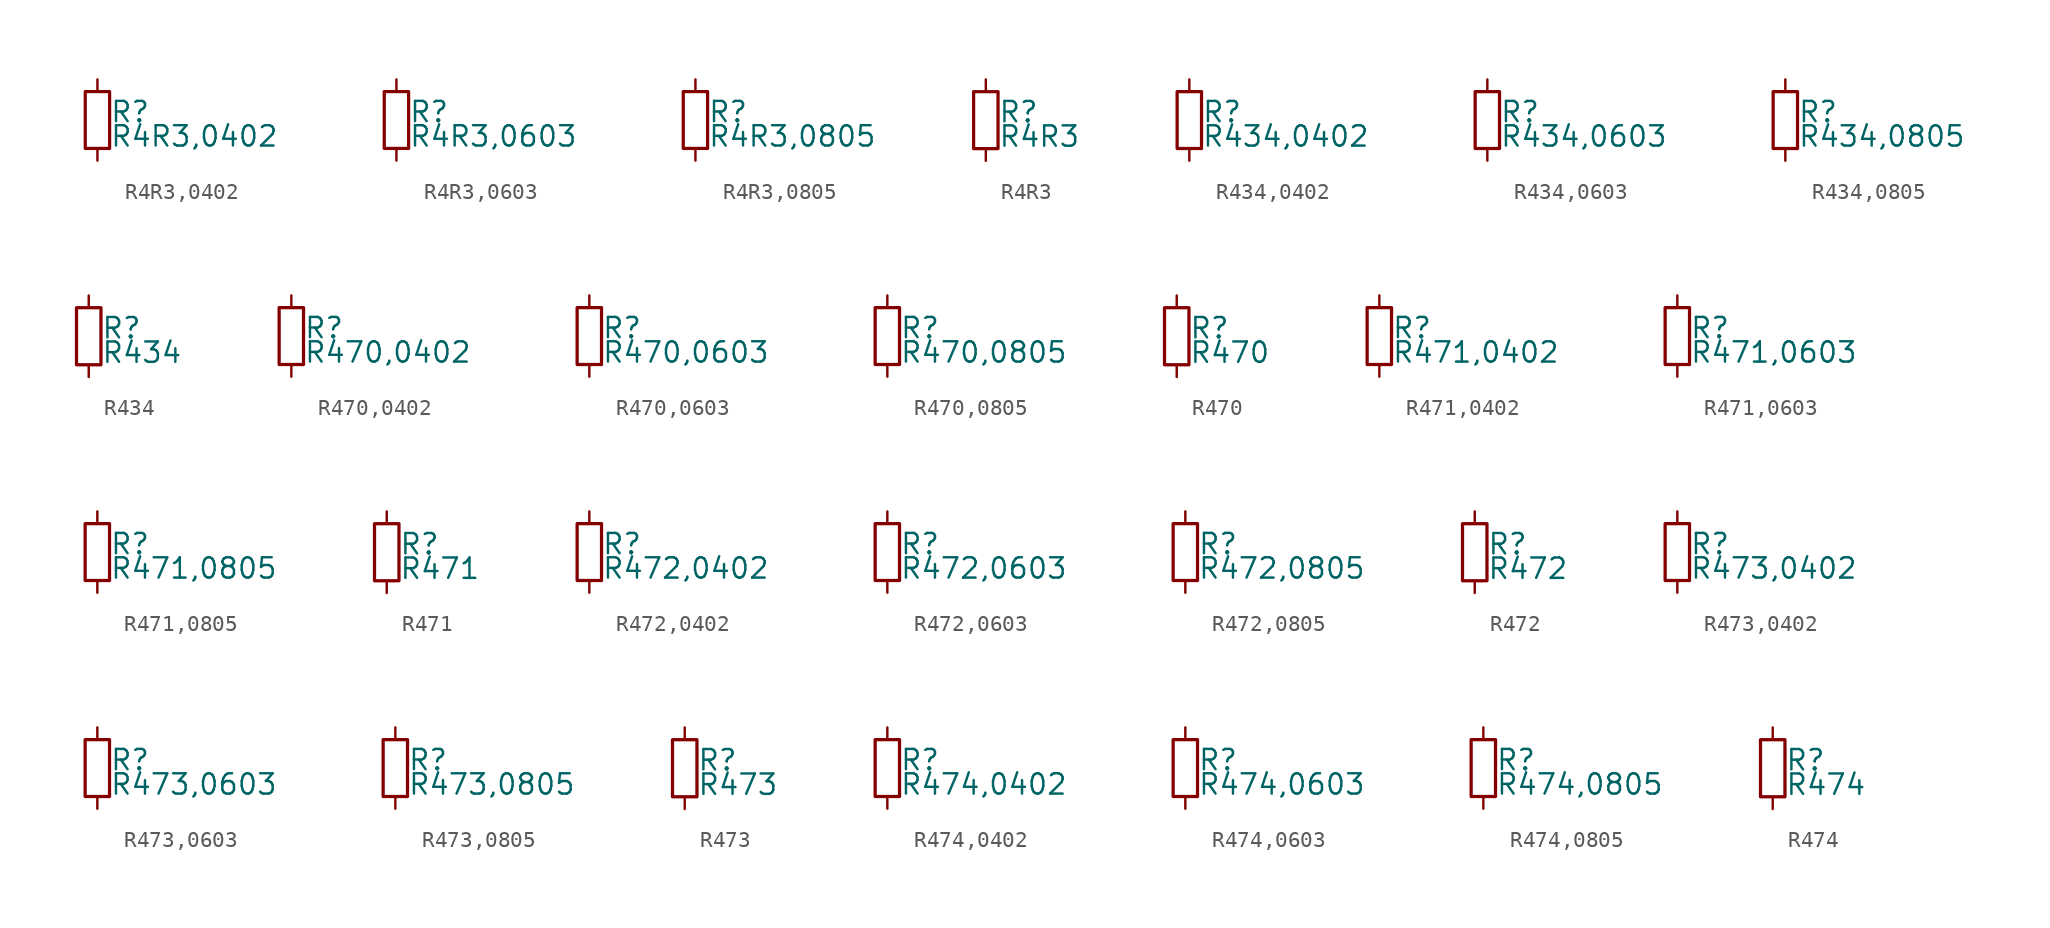
<source format=kicad_sym>
(kicad_symbol_lib
  (version 20211014)
  (generator kicad_symbol_editor)
  (symbol "R4R3,0402"
    (pin_numbers hide)
    (pin_names
      (offset 0.254) hide)
    (property "Reference" "R"
      (at 0.762 0.508 0)
      (effects (font (size 1.27 1.27)) (justify left)))
    (property "Value" "R4R3,0402"
      (at 0.762 -1.016 0)
      (effects (font (size 1.27 1.27)) (justify left)))
    (symbol "R4R3,0402_0_1"
      (rectangle (start -0.762 1.778) (end 0.762 -1.778) (stroke (width 0.203) (type default) (color 0 0 0 0)) (fill (type none))))
    (symbol "R4R3,0402_1_1"
      (pin passive line (at 0 2.54 270) (length 0.762) (name "~" (effects (font (size 1.27 1.27)))) (number "1" (effects (font (size 1.27 1.27)))))
      (pin passive line (at 0 -2.54 90) (length 0.762) (name "~" (effects (font (size 1.27 1.27)))) (number "2" (effects (font (size 1.27 1.27)))))))
  (symbol "R4R3,0603"
    (pin_numbers hide)
    (pin_names
      (offset 0.254) hide)
    (property "Reference" "R"
      (at 0.762 0.508 0)
      (effects (font (size 1.27 1.27)) (justify left)))
    (property "Value" "R4R3,0603"
      (at 0.762 -1.016 0)
      (effects (font (size 1.27 1.27)) (justify left)))
    (symbol "R4R3,0603_0_1"
      (rectangle (start -0.762 1.778) (end 0.762 -1.778) (stroke (width 0.203) (type default) (color 0 0 0 0)) (fill (type none))))
    (symbol "R4R3,0603_1_1"
      (pin passive line (at 0 2.54 270) (length 0.762) (name "~" (effects (font (size 1.27 1.27)))) (number "1" (effects (font (size 1.27 1.27)))))
      (pin passive line (at 0 -2.54 90) (length 0.762) (name "~" (effects (font (size 1.27 1.27)))) (number "2" (effects (font (size 1.27 1.27)))))))
  (symbol "R4R3,0805"
    (pin_numbers hide)
    (pin_names
      (offset 0.254) hide)
    (property "Reference" "R"
      (at 0.762 0.508 0)
      (effects (font (size 1.27 1.27)) (justify left)))
    (property "Value" "R4R3,0805"
      (at 0.762 -1.016 0)
      (effects (font (size 1.27 1.27)) (justify left)))
    (symbol "R4R3,0805_0_1"
      (rectangle (start -0.762 1.778) (end 0.762 -1.778) (stroke (width 0.203) (type default) (color 0 0 0 0)) (fill (type none))))
    (symbol "R4R3,0805_1_1"
      (pin passive line (at 0 2.54 270) (length 0.762) (name "~" (effects (font (size 1.27 1.27)))) (number "1" (effects (font (size 1.27 1.27)))))
      (pin passive line (at 0 -2.54 90) (length 0.762) (name "~" (effects (font (size 1.27 1.27)))) (number "2" (effects (font (size 1.27 1.27)))))))
  (symbol "R4R3"
    (pin_numbers hide)
    (pin_names
      (offset 0.254) hide)
    (property "Reference" "R"
      (at 0.762 0.508 0)
      (effects (font (size 1.27 1.27)) (justify left)))
    (property "Value" "R4R3"
      (at 0.762 -1.016 0)
      (effects (font (size 1.27 1.27)) (justify left)))
    (symbol "R4R3_0_1"
      (rectangle (start -0.762 1.778) (end 0.762 -1.778) (stroke (width 0.203) (type default) (color 0 0 0 0)) (fill (type none))))
    (symbol "R4R3_1_1"
      (pin passive line (at 0 2.54 270) (length 0.762) (name "~" (effects (font (size 1.27 1.27)))) (number "1" (effects (font (size 1.27 1.27)))))
      (pin passive line (at 0 -2.54 90) (length 0.762) (name "~" (effects (font (size 1.27 1.27)))) (number "2" (effects (font (size 1.27 1.27)))))))
  (symbol "R434,0402"
    (pin_numbers hide)
    (pin_names
      (offset 0.254) hide)
    (property "Reference" "R"
      (at 0.762 0.508 0)
      (effects (font (size 1.27 1.27)) (justify left)))
    (property "Value" "R434,0402"
      (at 0.762 -1.016 0)
      (effects (font (size 1.27 1.27)) (justify left)))
    (symbol "R434,0402_0_1"
      (rectangle (start -0.762 1.778) (end 0.762 -1.778) (stroke (width 0.203) (type default) (color 0 0 0 0)) (fill (type none))))
    (symbol "R434,0402_1_1"
      (pin passive line (at 0 2.54 270) (length 0.762) (name "~" (effects (font (size 1.27 1.27)))) (number "1" (effects (font (size 1.27 1.27)))))
      (pin passive line (at 0 -2.54 90) (length 0.762) (name "~" (effects (font (size 1.27 1.27)))) (number "2" (effects (font (size 1.27 1.27)))))))
  (symbol "R434,0603"
    (pin_numbers hide)
    (pin_names
      (offset 0.254) hide)
    (property "Reference" "R"
      (at 0.762 0.508 0)
      (effects (font (size 1.27 1.27)) (justify left)))
    (property "Value" "R434,0603"
      (at 0.762 -1.016 0)
      (effects (font (size 1.27 1.27)) (justify left)))
    (symbol "R434,0603_0_1"
      (rectangle (start -0.762 1.778) (end 0.762 -1.778) (stroke (width 0.203) (type default) (color 0 0 0 0)) (fill (type none))))
    (symbol "R434,0603_1_1"
      (pin passive line (at 0 2.54 270) (length 0.762) (name "~" (effects (font (size 1.27 1.27)))) (number "1" (effects (font (size 1.27 1.27)))))
      (pin passive line (at 0 -2.54 90) (length 0.762) (name "~" (effects (font (size 1.27 1.27)))) (number "2" (effects (font (size 1.27 1.27)))))))
  (symbol "R434,0805"
    (pin_numbers hide)
    (pin_names
      (offset 0.254) hide)
    (property "Reference" "R"
      (at 0.762 0.508 0)
      (effects (font (size 1.27 1.27)) (justify left)))
    (property "Value" "R434,0805"
      (at 0.762 -1.016 0)
      (effects (font (size 1.27 1.27)) (justify left)))
    (symbol "R434,0805_0_1"
      (rectangle (start -0.762 1.778) (end 0.762 -1.778) (stroke (width 0.203) (type default) (color 0 0 0 0)) (fill (type none))))
    (symbol "R434,0805_1_1"
      (pin passive line (at 0 2.54 270) (length 0.762) (name "~" (effects (font (size 1.27 1.27)))) (number "1" (effects (font (size 1.27 1.27)))))
      (pin passive line (at 0 -2.54 90) (length 0.762) (name "~" (effects (font (size 1.27 1.27)))) (number "2" (effects (font (size 1.27 1.27)))))))
  (symbol "R434"
    (pin_numbers hide)
    (pin_names
      (offset 0.254) hide)
    (property "Reference" "R"
      (at 0.762 0.508 0)
      (effects (font (size 1.27 1.27)) (justify left)))
    (property "Value" "R434"
      (at 0.762 -1.016 0)
      (effects (font (size 1.27 1.27)) (justify left)))
    (symbol "R434_0_1"
      (rectangle (start -0.762 1.778) (end 0.762 -1.778) (stroke (width 0.203) (type default) (color 0 0 0 0)) (fill (type none))))
    (symbol "R434_1_1"
      (pin passive line (at 0 2.54 270) (length 0.762) (name "~" (effects (font (size 1.27 1.27)))) (number "1" (effects (font (size 1.27 1.27)))))
      (pin passive line (at 0 -2.54 90) (length 0.762) (name "~" (effects (font (size 1.27 1.27)))) (number "2" (effects (font (size 1.27 1.27)))))))
  (symbol "R470,0402"
    (pin_numbers hide)
    (pin_names
      (offset 0.254) hide)
    (property "Reference" "R"
      (at 0.762 0.508 0)
      (effects (font (size 1.27 1.27)) (justify left)))
    (property "Value" "R470,0402"
      (at 0.762 -1.016 0)
      (effects (font (size 1.27 1.27)) (justify left)))
    (symbol "R470,0402_0_1"
      (rectangle (start -0.762 1.778) (end 0.762 -1.778) (stroke (width 0.203) (type default) (color 0 0 0 0)) (fill (type none))))
    (symbol "R470,0402_1_1"
      (pin passive line (at 0 2.54 270) (length 0.762) (name "~" (effects (font (size 1.27 1.27)))) (number "1" (effects (font (size 1.27 1.27)))))
      (pin passive line (at 0 -2.54 90) (length 0.762) (name "~" (effects (font (size 1.27 1.27)))) (number "2" (effects (font (size 1.27 1.27)))))))
  (symbol "R470,0603"
    (pin_numbers hide)
    (pin_names
      (offset 0.254) hide)
    (property "Reference" "R"
      (at 0.762 0.508 0)
      (effects (font (size 1.27 1.27)) (justify left)))
    (property "Value" "R470,0603"
      (at 0.762 -1.016 0)
      (effects (font (size 1.27 1.27)) (justify left)))
    (symbol "R470,0603_0_1"
      (rectangle (start -0.762 1.778) (end 0.762 -1.778) (stroke (width 0.203) (type default) (color 0 0 0 0)) (fill (type none))))
    (symbol "R470,0603_1_1"
      (pin passive line (at 0 2.54 270) (length 0.762) (name "~" (effects (font (size 1.27 1.27)))) (number "1" (effects (font (size 1.27 1.27)))))
      (pin passive line (at 0 -2.54 90) (length 0.762) (name "~" (effects (font (size 1.27 1.27)))) (number "2" (effects (font (size 1.27 1.27)))))))
  (symbol "R470,0805"
    (pin_numbers hide)
    (pin_names
      (offset 0.254) hide)
    (property "Reference" "R"
      (at 0.762 0.508 0)
      (effects (font (size 1.27 1.27)) (justify left)))
    (property "Value" "R470,0805"
      (at 0.762 -1.016 0)
      (effects (font (size 1.27 1.27)) (justify left)))
    (symbol "R470,0805_0_1"
      (rectangle (start -0.762 1.778) (end 0.762 -1.778) (stroke (width 0.203) (type default) (color 0 0 0 0)) (fill (type none))))
    (symbol "R470,0805_1_1"
      (pin passive line (at 0 2.54 270) (length 0.762) (name "~" (effects (font (size 1.27 1.27)))) (number "1" (effects (font (size 1.27 1.27)))))
      (pin passive line (at 0 -2.54 90) (length 0.762) (name "~" (effects (font (size 1.27 1.27)))) (number "2" (effects (font (size 1.27 1.27)))))))
  (symbol "R470"
    (pin_numbers hide)
    (pin_names
      (offset 0.254) hide)
    (property "Reference" "R"
      (at 0.762 0.508 0)
      (effects (font (size 1.27 1.27)) (justify left)))
    (property "Value" "R470"
      (at 0.762 -1.016 0)
      (effects (font (size 1.27 1.27)) (justify left)))
    (symbol "R470_0_1"
      (rectangle (start -0.762 1.778) (end 0.762 -1.778) (stroke (width 0.203) (type default) (color 0 0 0 0)) (fill (type none))))
    (symbol "R470_1_1"
      (pin passive line (at 0 2.54 270) (length 0.762) (name "~" (effects (font (size 1.27 1.27)))) (number "1" (effects (font (size 1.27 1.27)))))
      (pin passive line (at 0 -2.54 90) (length 0.762) (name "~" (effects (font (size 1.27 1.27)))) (number "2" (effects (font (size 1.27 1.27)))))))
  (symbol "R471,0402"
    (pin_numbers hide)
    (pin_names
      (offset 0.254) hide)
    (property "Reference" "R"
      (at 0.762 0.508 0)
      (effects (font (size 1.27 1.27)) (justify left)))
    (property "Value" "R471,0402"
      (at 0.762 -1.016 0)
      (effects (font (size 1.27 1.27)) (justify left)))
    (symbol "R471,0402_0_1"
      (rectangle (start -0.762 1.778) (end 0.762 -1.778) (stroke (width 0.203) (type default) (color 0 0 0 0)) (fill (type none))))
    (symbol "R471,0402_1_1"
      (pin passive line (at 0 2.54 270) (length 0.762) (name "~" (effects (font (size 1.27 1.27)))) (number "1" (effects (font (size 1.27 1.27)))))
      (pin passive line (at 0 -2.54 90) (length 0.762) (name "~" (effects (font (size 1.27 1.27)))) (number "2" (effects (font (size 1.27 1.27)))))))
  (symbol "R471,0603"
    (pin_numbers hide)
    (pin_names
      (offset 0.254) hide)
    (property "Reference" "R"
      (at 0.762 0.508 0)
      (effects (font (size 1.27 1.27)) (justify left)))
    (property "Value" "R471,0603"
      (at 0.762 -1.016 0)
      (effects (font (size 1.27 1.27)) (justify left)))
    (symbol "R471,0603_0_1"
      (rectangle (start -0.762 1.778) (end 0.762 -1.778) (stroke (width 0.203) (type default) (color 0 0 0 0)) (fill (type none))))
    (symbol "R471,0603_1_1"
      (pin passive line (at 0 2.54 270) (length 0.762) (name "~" (effects (font (size 1.27 1.27)))) (number "1" (effects (font (size 1.27 1.27)))))
      (pin passive line (at 0 -2.54 90) (length 0.762) (name "~" (effects (font (size 1.27 1.27)))) (number "2" (effects (font (size 1.27 1.27)))))))
  (symbol "R471,0805"
    (pin_numbers hide)
    (pin_names
      (offset 0.254) hide)
    (property "Reference" "R"
      (at 0.762 0.508 0)
      (effects (font (size 1.27 1.27)) (justify left)))
    (property "Value" "R471,0805"
      (at 0.762 -1.016 0)
      (effects (font (size 1.27 1.27)) (justify left)))
    (symbol "R471,0805_0_1"
      (rectangle (start -0.762 1.778) (end 0.762 -1.778) (stroke (width 0.203) (type default) (color 0 0 0 0)) (fill (type none))))
    (symbol "R471,0805_1_1"
      (pin passive line (at 0 2.54 270) (length 0.762) (name "~" (effects (font (size 1.27 1.27)))) (number "1" (effects (font (size 1.27 1.27)))))
      (pin passive line (at 0 -2.54 90) (length 0.762) (name "~" (effects (font (size 1.27 1.27)))) (number "2" (effects (font (size 1.27 1.27)))))))
  (symbol "R471"
    (pin_numbers hide)
    (pin_names
      (offset 0.254) hide)
    (property "Reference" "R"
      (at 0.762 0.508 0)
      (effects (font (size 1.27 1.27)) (justify left)))
    (property "Value" "R471"
      (at 0.762 -1.016 0)
      (effects (font (size 1.27 1.27)) (justify left)))
    (symbol "R471_0_1"
      (rectangle (start -0.762 1.778) (end 0.762 -1.778) (stroke (width 0.203) (type default) (color 0 0 0 0)) (fill (type none))))
    (symbol "R471_1_1"
      (pin passive line (at 0 2.54 270) (length 0.762) (name "~" (effects (font (size 1.27 1.27)))) (number "1" (effects (font (size 1.27 1.27)))))
      (pin passive line (at 0 -2.54 90) (length 0.762) (name "~" (effects (font (size 1.27 1.27)))) (number "2" (effects (font (size 1.27 1.27)))))))
  (symbol "R472,0402"
    (pin_numbers hide)
    (pin_names
      (offset 0.254) hide)
    (property "Reference" "R"
      (at 0.762 0.508 0)
      (effects (font (size 1.27 1.27)) (justify left)))
    (property "Value" "R472,0402"
      (at 0.762 -1.016 0)
      (effects (font (size 1.27 1.27)) (justify left)))
    (symbol "R472,0402_0_1"
      (rectangle (start -0.762 1.778) (end 0.762 -1.778) (stroke (width 0.203) (type default) (color 0 0 0 0)) (fill (type none))))
    (symbol "R472,0402_1_1"
      (pin passive line (at 0 2.54 270) (length 0.762) (name "~" (effects (font (size 1.27 1.27)))) (number "1" (effects (font (size 1.27 1.27)))))
      (pin passive line (at 0 -2.54 90) (length 0.762) (name "~" (effects (font (size 1.27 1.27)))) (number "2" (effects (font (size 1.27 1.27)))))))
  (symbol "R472,0603"
    (pin_numbers hide)
    (pin_names
      (offset 0.254) hide)
    (property "Reference" "R"
      (at 0.762 0.508 0)
      (effects (font (size 1.27 1.27)) (justify left)))
    (property "Value" "R472,0603"
      (at 0.762 -1.016 0)
      (effects (font (size 1.27 1.27)) (justify left)))
    (symbol "R472,0603_0_1"
      (rectangle (start -0.762 1.778) (end 0.762 -1.778) (stroke (width 0.203) (type default) (color 0 0 0 0)) (fill (type none))))
    (symbol "R472,0603_1_1"
      (pin passive line (at 0 2.54 270) (length 0.762) (name "~" (effects (font (size 1.27 1.27)))) (number "1" (effects (font (size 1.27 1.27)))))
      (pin passive line (at 0 -2.54 90) (length 0.762) (name "~" (effects (font (size 1.27 1.27)))) (number "2" (effects (font (size 1.27 1.27)))))))
  (symbol "R472,0805"
    (pin_numbers hide)
    (pin_names
      (offset 0.254) hide)
    (property "Reference" "R"
      (at 0.762 0.508 0)
      (effects (font (size 1.27 1.27)) (justify left)))
    (property "Value" "R472,0805"
      (at 0.762 -1.016 0)
      (effects (font (size 1.27 1.27)) (justify left)))
    (symbol "R472,0805_0_1"
      (rectangle (start -0.762 1.778) (end 0.762 -1.778) (stroke (width 0.203) (type default) (color 0 0 0 0)) (fill (type none))))
    (symbol "R472,0805_1_1"
      (pin passive line (at 0 2.54 270) (length 0.762) (name "~" (effects (font (size 1.27 1.27)))) (number "1" (effects (font (size 1.27 1.27)))))
      (pin passive line (at 0 -2.54 90) (length 0.762) (name "~" (effects (font (size 1.27 1.27)))) (number "2" (effects (font (size 1.27 1.27)))))))
  (symbol "R472"
    (pin_numbers hide)
    (pin_names
      (offset 0.254) hide)
    (property "Reference" "R"
      (at 0.762 0.508 0)
      (effects (font (size 1.27 1.27)) (justify left)))
    (property "Value" "R472"
      (at 0.762 -1.016 0)
      (effects (font (size 1.27 1.27)) (justify left)))
    (symbol "R472_0_1"
      (rectangle (start -0.762 1.778) (end 0.762 -1.778) (stroke (width 0.203) (type default) (color 0 0 0 0)) (fill (type none))))
    (symbol "R472_1_1"
      (pin passive line (at 0 2.54 270) (length 0.762) (name "~" (effects (font (size 1.27 1.27)))) (number "1" (effects (font (size 1.27 1.27)))))
      (pin passive line (at 0 -2.54 90) (length 0.762) (name "~" (effects (font (size 1.27 1.27)))) (number "2" (effects (font (size 1.27 1.27)))))))
  (symbol "R473,0402"
    (pin_numbers hide)
    (pin_names
      (offset 0.254) hide)
    (property "Reference" "R"
      (at 0.762 0.508 0)
      (effects (font (size 1.27 1.27)) (justify left)))
    (property "Value" "R473,0402"
      (at 0.762 -1.016 0)
      (effects (font (size 1.27 1.27)) (justify left)))
    (symbol "R473,0402_0_1"
      (rectangle (start -0.762 1.778) (end 0.762 -1.778) (stroke (width 0.203) (type default) (color 0 0 0 0)) (fill (type none))))
    (symbol "R473,0402_1_1"
      (pin passive line (at 0 2.54 270) (length 0.762) (name "~" (effects (font (size 1.27 1.27)))) (number "1" (effects (font (size 1.27 1.27)))))
      (pin passive line (at 0 -2.54 90) (length 0.762) (name "~" (effects (font (size 1.27 1.27)))) (number "2" (effects (font (size 1.27 1.27)))))))
  (symbol "R473,0603"
    (pin_numbers hide)
    (pin_names
      (offset 0.254) hide)
    (property "Reference" "R"
      (at 0.762 0.508 0)
      (effects (font (size 1.27 1.27)) (justify left)))
    (property "Value" "R473,0603"
      (at 0.762 -1.016 0)
      (effects (font (size 1.27 1.27)) (justify left)))
    (symbol "R473,0603_0_1"
      (rectangle (start -0.762 1.778) (end 0.762 -1.778) (stroke (width 0.203) (type default) (color 0 0 0 0)) (fill (type none))))
    (symbol "R473,0603_1_1"
      (pin passive line (at 0 2.54 270) (length 0.762) (name "~" (effects (font (size 1.27 1.27)))) (number "1" (effects (font (size 1.27 1.27)))))
      (pin passive line (at 0 -2.54 90) (length 0.762) (name "~" (effects (font (size 1.27 1.27)))) (number "2" (effects (font (size 1.27 1.27)))))))
  (symbol "R473,0805"
    (pin_numbers hide)
    (pin_names
      (offset 0.254) hide)
    (property "Reference" "R"
      (at 0.762 0.508 0)
      (effects (font (size 1.27 1.27)) (justify left)))
    (property "Value" "R473,0805"
      (at 0.762 -1.016 0)
      (effects (font (size 1.27 1.27)) (justify left)))
    (symbol "R473,0805_0_1"
      (rectangle (start -0.762 1.778) (end 0.762 -1.778) (stroke (width 0.203) (type default) (color 0 0 0 0)) (fill (type none))))
    (symbol "R473,0805_1_1"
      (pin passive line (at 0 2.54 270) (length 0.762) (name "~" (effects (font (size 1.27 1.27)))) (number "1" (effects (font (size 1.27 1.27)))))
      (pin passive line (at 0 -2.54 90) (length 0.762) (name "~" (effects (font (size 1.27 1.27)))) (number "2" (effects (font (size 1.27 1.27)))))))
  (symbol "R473"
    (pin_numbers hide)
    (pin_names
      (offset 0.254) hide)
    (property "Reference" "R"
      (at 0.762 0.508 0)
      (effects (font (size 1.27 1.27)) (justify left)))
    (property "Value" "R473"
      (at 0.762 -1.016 0)
      (effects (font (size 1.27 1.27)) (justify left)))
    (symbol "R473_0_1"
      (rectangle (start -0.762 1.778) (end 0.762 -1.778) (stroke (width 0.203) (type default) (color 0 0 0 0)) (fill (type none))))
    (symbol "R473_1_1"
      (pin passive line (at 0 2.54 270) (length 0.762) (name "~" (effects (font (size 1.27 1.27)))) (number "1" (effects (font (size 1.27 1.27)))))
      (pin passive line (at 0 -2.54 90) (length 0.762) (name "~" (effects (font (size 1.27 1.27)))) (number "2" (effects (font (size 1.27 1.27)))))))
  (symbol "R474,0402"
    (pin_numbers hide)
    (pin_names
      (offset 0.254) hide)
    (property "Reference" "R"
      (at 0.762 0.508 0)
      (effects (font (size 1.27 1.27)) (justify left)))
    (property "Value" "R474,0402"
      (at 0.762 -1.016 0)
      (effects (font (size 1.27 1.27)) (justify left)))
    (symbol "R474,0402_0_1"
      (rectangle (start -0.762 1.778) (end 0.762 -1.778) (stroke (width 0.203) (type default) (color 0 0 0 0)) (fill (type none))))
    (symbol "R474,0402_1_1"
      (pin passive line (at 0 2.54 270) (length 0.762) (name "~" (effects (font (size 1.27 1.27)))) (number "1" (effects (font (size 1.27 1.27)))))
      (pin passive line (at 0 -2.54 90) (length 0.762) (name "~" (effects (font (size 1.27 1.27)))) (number "2" (effects (font (size 1.27 1.27)))))))
  (symbol "R474,0603"
    (pin_numbers hide)
    (pin_names
      (offset 0.254) hide)
    (property "Reference" "R"
      (at 0.762 0.508 0)
      (effects (font (size 1.27 1.27)) (justify left)))
    (property "Value" "R474,0603"
      (at 0.762 -1.016 0)
      (effects (font (size 1.27 1.27)) (justify left)))
    (symbol "R474,0603_0_1"
      (rectangle (start -0.762 1.778) (end 0.762 -1.778) (stroke (width 0.203) (type default) (color 0 0 0 0)) (fill (type none))))
    (symbol "R474,0603_1_1"
      (pin passive line (at 0 2.54 270) (length 0.762) (name "~" (effects (font (size 1.27 1.27)))) (number "1" (effects (font (size 1.27 1.27)))))
      (pin passive line (at 0 -2.54 90) (length 0.762) (name "~" (effects (font (size 1.27 1.27)))) (number "2" (effects (font (size 1.27 1.27)))))))
  (symbol "R474,0805"
    (pin_numbers hide)
    (pin_names
      (offset 0.254) hide)
    (property "Reference" "R"
      (at 0.762 0.508 0)
      (effects (font (size 1.27 1.27)) (justify left)))
    (property "Value" "R474,0805"
      (at 0.762 -1.016 0)
      (effects (font (size 1.27 1.27)) (justify left)))
    (symbol "R474,0805_0_1"
      (rectangle (start -0.762 1.778) (end 0.762 -1.778) (stroke (width 0.203) (type default) (color 0 0 0 0)) (fill (type none))))
    (symbol "R474,0805_1_1"
      (pin passive line (at 0 2.54 270) (length 0.762) (name "~" (effects (font (size 1.27 1.27)))) (number "1" (effects (font (size 1.27 1.27)))))
      (pin passive line (at 0 -2.54 90) (length 0.762) (name "~" (effects (font (size 1.27 1.27)))) (number "2" (effects (font (size 1.27 1.27)))))))
  (symbol "R474"
    (pin_numbers hide)
    (pin_names
      (offset 0.254) hide)
    (property "Reference" "R"
      (at 0.762 0.508 0)
      (effects (font (size 1.27 1.27)) (justify left)))
    (property "Value" "R474"
      (at 0.762 -1.016 0)
      (effects (font (size 1.27 1.27)) (justify left)))
    (symbol "R474_0_1"
      (rectangle (start -0.762 1.778) (end 0.762 -1.778) (stroke (width 0.203) (type default) (color 0 0 0 0)) (fill (type none))))
    (symbol "R474_1_1"
      (pin passive line (at 0 2.54 270) (length 0.762) (name "~" (effects (font (size 1.27 1.27)))) (number "1" (effects (font (size 1.27 1.27)))))
      (pin passive line (at 0 -2.54 90) (length 0.762) (name "~" (effects (font (size 1.27 1.27)))) (number "2" (effects (font (size 1.27 1.27))))))))
</source>
